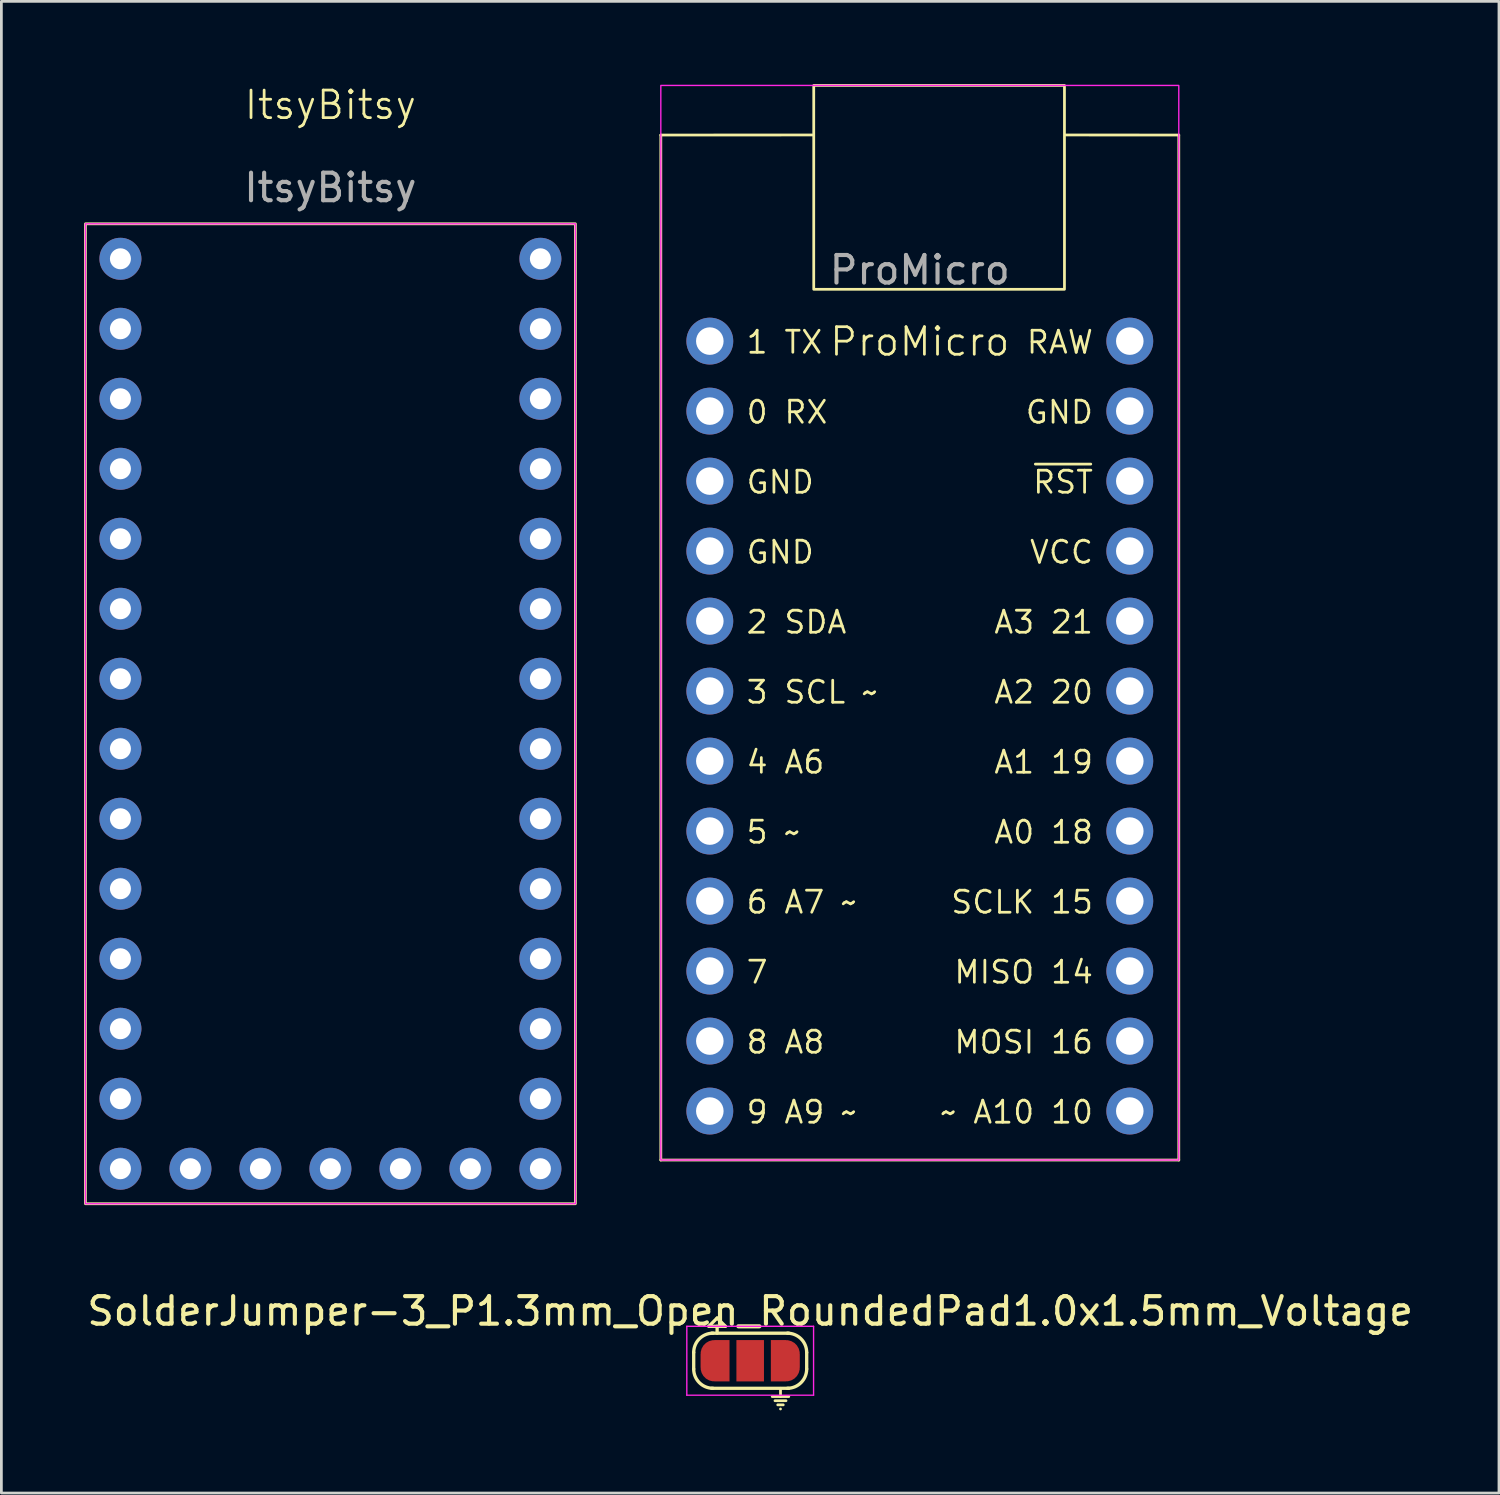
<source format=kicad_pcb>
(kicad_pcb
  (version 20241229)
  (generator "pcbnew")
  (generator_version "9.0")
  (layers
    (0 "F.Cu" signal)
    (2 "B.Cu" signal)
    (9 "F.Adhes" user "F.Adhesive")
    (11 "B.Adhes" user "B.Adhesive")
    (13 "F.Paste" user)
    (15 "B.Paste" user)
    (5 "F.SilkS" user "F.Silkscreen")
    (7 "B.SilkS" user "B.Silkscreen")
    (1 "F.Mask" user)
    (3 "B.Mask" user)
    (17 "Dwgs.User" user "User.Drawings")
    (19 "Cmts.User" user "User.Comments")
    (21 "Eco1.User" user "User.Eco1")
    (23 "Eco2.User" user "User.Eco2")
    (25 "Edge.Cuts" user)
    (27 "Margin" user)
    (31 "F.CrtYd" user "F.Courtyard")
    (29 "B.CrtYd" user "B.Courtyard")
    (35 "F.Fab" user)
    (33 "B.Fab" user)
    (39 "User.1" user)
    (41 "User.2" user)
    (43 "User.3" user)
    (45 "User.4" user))
  (footprint "ProMicro"
    (layer "F.Cu")
    (at 30.328 4.248)
    (property "Reference" "ProMicro" (at 0 5.1 0) (unlocked yes) (layer "F.SilkS") (effects (font (size 1 1) (thickness 0.1))))
    (attr through_hole)
    (fp_line (start -9.398 -2.398) (end -3.9 -2.4) (stroke (width 0.1) (type default)) (layer "F.SilkS"))
    (fp_line (start -9.398 34.798) (end -9.398 -2.398) (stroke (width 0.1) (type default)) (layer "F.SilkS"))
    (fp_line (start 9.398 -2.398) (end 5.3 -2.4) (stroke (width 0.1) (type default)) (layer "F.SilkS"))
    (fp_line (start 9.398 -2.398) (end 9.398 34.798) (stroke (width 0.1) (type default)) (layer "F.SilkS"))
    (fp_line (start 9.398 34.798) (end -9.398 34.798) (stroke (width 0.1) (type default)) (layer "F.SilkS"))
    (fp_rect (start -3.849 -4.198) (end 5.249 3.2) (stroke (width 0.1) (type default)) (fill no) (layer "F.SilkS"))
    (fp_rect (start -9.398 -4.198) (end 9.398 34.798) (stroke (width 0.05) (type default)) (fill no) (layer "F.CrtYd"))
    (fp_text user "GND" (at -6.35 10.668 0) (unlocked yes) (layer "F.SilkS") (effects (font (size 0.8 0.8) (thickness 0.1)) (justify left bottom)))
    (fp_text user "0 RX" (at -6.35 8.128 0) (unlocked yes) (layer "F.SilkS") (effects (font (size 0.8 0.8) (thickness 0.1)) (justify left bottom)))
    (fp_text user "VCC" (at 6.35 13.208 0) (unlocked yes) (layer "F.SilkS") (effects (font (size 0.8 0.8) (thickness 0.1)) (justify right bottom)))
    (fp_text user "GND" (at -6.35 13.208 0) (unlocked yes) (layer "F.SilkS") (effects (font (size 0.8 0.8) (thickness 0.1)) (justify left bottom)))
    (fp_text user "SCLK 15" (at 6.35 25.908 0) (unlocked yes) (layer "F.SilkS") (effects (font (size 0.8 0.8) (thickness 0.1)) (justify right bottom)))
    (fp_text user "2 SDA" (at -6.35 15.748 0) (unlocked yes) (layer "F.SilkS") (effects (font (size 0.8 0.8) (thickness 0.1)) (justify left bottom)))
    (fp_text user "A0 18" (at 6.35 23.368 0) (unlocked yes) (layer "F.SilkS") (effects (font (size 0.8 0.8) (thickness 0.1)) (justify right bottom)))
    (fp_text user "3 SCL ~" (at -6.35 18.288 0) (unlocked yes) (layer "F.SilkS") (effects (font (size 0.8 0.8) (thickness 0.1)) (justify left bottom)))
    (fp_text user "7" (at -6.35 28.448 0) (unlocked yes) (layer "F.SilkS") (effects (font (size 0.8 0.8) (thickness 0.1)) (justify left bottom)))
    (fp_text user "MISO 14" (at 6.35 28.448 0) (unlocked yes) (layer "F.SilkS") (effects (font (size 0.8 0.8) (thickness 0.1)) (justify right bottom)))
    (fp_text user "4 A6" (at -6.35 20.828 0) (unlocked yes) (layer "F.SilkS") (effects (font (size 0.8 0.8) (thickness 0.1)) (justify left bottom)))
    (fp_text user "GND" (at 6.35 8.128 0) (unlocked yes) (layer "F.SilkS") (effects (font (size 0.8 0.8) (thickness 0.1)) (justify right bottom)))
    (fp_text user "A2 20" (at 6.35 18.288 0) (unlocked yes) (layer "F.SilkS") (effects (font (size 0.8 0.8) (thickness 0.1)) (justify right bottom)))
    (fp_text user "5 ~" (at -6.35 23.368 0) (unlocked yes) (layer "F.SilkS") (effects (font (size 0.8 0.8) (thickness 0.1)) (justify left bottom)))
    (fp_text user "A3 21" (at 6.35 15.748 0) (unlocked yes) (layer "F.SilkS") (effects (font (size 0.8 0.8) (thickness 0.1)) (justify right bottom)))
    (fp_text user "6 A7 ~" (at -6.35 25.908 0) (unlocked yes) (layer "F.SilkS") (effects (font (size 0.8 0.8) (thickness 0.1)) (justify left bottom)))
    (fp_text user "8 A8" (at -6.35 30.988 0) (unlocked yes) (layer "F.SilkS") (effects (font (size 0.8 0.8) (thickness 0.1)) (justify left bottom)))
    (fp_text user "~ A10 10" (at 6.35 33.528 0) (unlocked yes) (layer "F.SilkS") (effects (font (size 0.8 0.8) (thickness 0.1)) (justify right bottom)))
    (fp_text user "MOSI 16" (at 6.35 30.988 0) (unlocked yes) (layer "F.SilkS") (effects (font (size 0.8 0.8) (thickness 0.1)) (justify right bottom)))
    (fp_text user "~{RST}" (at 6.35 10.668 0) (unlocked yes) (layer "F.SilkS") (effects (font (size 0.8 0.8) (thickness 0.1)) (justify right bottom)))
    (fp_text user "1 TX" (at -6.35 5.588 0) (unlocked yes) (layer "F.SilkS") (effects (font (size 0.8 0.8) (thickness 0.1)) (justify left bottom)))
    (fp_text user "RAW" (at 6.35 5.588 0) (unlocked yes) (layer "F.SilkS") (effects (font (size 0.8 0.8) (thickness 0.1)) (justify right bottom)))
    (fp_text user "A1 19" (at 6.35 20.828 0) (unlocked yes) (layer "F.SilkS") (effects (font (size 0.8 0.8) (thickness 0.1)) (justify right bottom)))
    (fp_text user "9 A9 ~" (at -6.35 33.528 0) (unlocked yes) (layer "F.SilkS") (effects (font (size 0.8 0.8) (thickness 0.1)) (justify left bottom)))
    (fp_text user "${REFERENCE}" (at 0 2.5 0) (unlocked yes) (layer "F.Fab") (effects (font (size 1 1) (thickness 0.15))))
    (pad "1" thru_hole circle (at -7.62 5.08) (size 1.7 1.7) (drill 1) (layers "*.Cu" "*.Mask"))
    (pad "2" thru_hole circle (at -7.62 7.62) (size 1.7 1.7) (drill 1) (layers "*.Cu" "*.Mask"))
    (pad "3" thru_hole circle (at -7.62 10.16) (size 1.7 1.7) (drill 1) (layers "*.Cu" "*.Mask"))
    (pad "4" thru_hole circle (at -7.62 12.7) (size 1.7 1.7) (drill 1) (layers "*.Cu" "*.Mask"))
    (pad "5" thru_hole circle (at -7.62 15.24) (size 1.7 1.7) (drill 1) (layers "*.Cu" "*.Mask"))
    (pad "6" thru_hole circle (at -7.62 17.78) (size 1.7 1.7) (drill 1) (layers "*.Cu" "*.Mask"))
    (pad "7" thru_hole circle (at -7.62 20.32) (size 1.7 1.7) (drill 1) (layers "*.Cu" "*.Mask"))
    (pad "8" thru_hole circle (at -7.62 22.86) (size 1.7 1.7) (drill 1) (layers "*.Cu" "*.Mask"))
    (pad "9" thru_hole circle (at -7.62 25.4) (size 1.7 1.7) (drill 1) (layers "*.Cu" "*.Mask"))
    (pad "10" thru_hole circle (at -7.62 27.94) (size 1.7 1.7) (drill 1) (layers "*.Cu" "*.Mask"))
    (pad "11" thru_hole circle (at -7.62 30.48) (size 1.7 1.7) (drill 1) (layers "*.Cu" "*.Mask"))
    (pad "12" thru_hole circle (at -7.62 33.02) (size 1.7 1.7) (drill 1) (layers "*.Cu" "*.Mask"))
    (pad "13" thru_hole circle (at 7.62 33.02) (size 1.7 1.7) (drill 1) (layers "*.Cu" "*.Mask"))
    (pad "14" thru_hole circle (at 7.62 30.48) (size 1.7 1.7) (drill 1) (layers "*.Cu" "*.Mask"))
    (pad "15" thru_hole circle (at 7.62 27.94) (size 1.7 1.7) (drill 1) (layers "*.Cu" "*.Mask"))
    (pad "16" thru_hole circle (at 7.62 25.4) (size 1.7 1.7) (drill 1) (layers "*.Cu" "*.Mask"))
    (pad "17" thru_hole circle (at 7.62 22.86) (size 1.7 1.7) (drill 1) (layers "*.Cu" "*.Mask"))
    (pad "18" thru_hole circle (at 7.62 20.32) (size 1.7 1.7) (drill 1) (layers "*.Cu" "*.Mask"))
    (pad "19" thru_hole circle (at 7.62 17.78) (size 1.7 1.7) (drill 1) (layers "*.Cu" "*.Mask"))
    (pad "20" thru_hole circle (at 7.62 15.24) (size 1.7 1.7) (drill 1) (layers "*.Cu" "*.Mask"))
    (pad "21" thru_hole circle (at 7.62 12.7) (size 1.7 1.7) (drill 1) (layers "*.Cu" "*.Mask"))
    (pad "22" thru_hole circle (at 7.62 10.16) (size 1.7 1.7) (drill 1) (layers "*.Cu" "*.Mask"))
    (pad "23" thru_hole circle (at 7.62 7.62) (size 1.7 1.7) (drill 1) (layers "*.Cu" "*.Mask"))
    (pad "24" thru_hole circle (at 7.62 5.08) (size 1.7 1.7) (drill 1) (layers "*.Cu" "*.Mask")))
  (footprint "ItsyBitsy"
    (layer "F.Cu")
    (at 8.94 21.581)
    (property "Reference" "ItsyBitsy" (at 0 -20.82 0) (unlocked yes) (layer "F.SilkS") (effects (font (size 1 1) (thickness 0.1))))
    (attr through_hole)
    (fp_rect (start -8.89 -16.51) (end 8.89 19.05) (stroke (width 0.1) (type default)) (fill no) (layer "F.SilkS"))
    (fp_rect (start -8.89 -16.51) (end 8.89 19.05) (stroke (width 0.05) (type default)) (fill no) (layer "F.CrtYd"))
    (fp_text user "${REFERENCE}" (at 0 -17.82 0) (unlocked yes) (layer "F.Fab") (effects (font (size 1 1) (thickness 0.15))))
    (pad "1" thru_hole circle (at -7.62 -15.24) (size 1.524 1.524) (drill 0.762) (layers "*.Cu" "*.Mask"))
    (pad "2" thru_hole circle (at -7.62 -12.7) (size 1.524 1.524) (drill 0.762) (layers "*.Cu" "*.Mask"))
    (pad "3" thru_hole circle (at -7.62 -10.16) (size 1.524 1.524) (drill 0.762) (layers "*.Cu" "*.Mask"))
    (pad "4" thru_hole circle (at -7.62 -7.62) (size 1.524 1.524) (drill 0.762) (layers "*.Cu" "*.Mask"))
    (pad "5" thru_hole circle (at -7.62 -5.08) (size 1.524 1.524) (drill 0.762) (layers "*.Cu" "*.Mask"))
    (pad "6" thru_hole circle (at -7.62 -2.54) (size 1.524 1.524) (drill 0.762) (layers "*.Cu" "*.Mask"))
    (pad "7" thru_hole circle (at -7.62 0) (size 1.524 1.524) (drill 0.762) (layers "*.Cu" "*.Mask"))
    (pad "8" thru_hole circle (at -7.62 2.54) (size 1.524 1.524) (drill 0.762) (layers "*.Cu" "*.Mask"))
    (pad "9" thru_hole circle (at -7.62 5.08) (size 1.524 1.524) (drill 0.762) (layers "*.Cu" "*.Mask"))
    (pad "10" thru_hole circle (at -7.62 7.62) (size 1.524 1.524) (drill 0.762) (layers "*.Cu" "*.Mask"))
    (pad "11" thru_hole circle (at -7.62 10.16) (size 1.524 1.524) (drill 0.762) (layers "*.Cu" "*.Mask"))
    (pad "12" thru_hole circle (at -7.62 12.7) (size 1.524 1.524) (drill 0.762) (layers "*.Cu" "*.Mask"))
    (pad "13" thru_hole circle (at -7.62 15.24) (size 1.524 1.524) (drill 0.762) (layers "*.Cu" "*.Mask"))
    (pad "14" thru_hole circle (at -7.62 17.78) (size 1.524 1.524) (drill 0.762) (layers "*.Cu" "*.Mask"))
    (pad "15" thru_hole circle (at -5.08 17.78) (size 1.524 1.524) (drill 0.762) (layers "*.Cu" "*.Mask"))
    (pad "16" thru_hole circle (at -2.54 17.78) (size 1.524 1.524) (drill 0.762) (layers "*.Cu" "*.Mask"))
    (pad "17" thru_hole circle (at 0 17.78) (size 1.524 1.524) (drill 0.762) (layers "*.Cu" "*.Mask"))
    (pad "18" thru_hole circle (at 2.54 17.78) (size 1.524 1.524) (drill 0.762) (layers "*.Cu" "*.Mask"))
    (pad "19" thru_hole circle (at 5.08 17.78) (size 1.524 1.524) (drill 0.762) (layers "*.Cu" "*.Mask"))
    (pad "20" thru_hole circle (at 7.62 17.78) (size 1.524 1.524) (drill 0.762) (layers "*.Cu" "*.Mask"))
    (pad "21" thru_hole circle (at 7.62 15.24) (size 1.524 1.524) (drill 0.762) (layers "*.Cu" "*.Mask"))
    (pad "22" thru_hole circle (at 7.62 12.7) (size 1.524 1.524) (drill 0.762) (layers "*.Cu" "*.Mask"))
    (pad "23" thru_hole circle (at 7.62 10.16) (size 1.524 1.524) (drill 0.762) (layers "*.Cu" "*.Mask"))
    (pad "24" thru_hole circle (at 7.62 7.62) (size 1.524 1.524) (drill 0.762) (layers "*.Cu" "*.Mask"))
    (pad "25" thru_hole circle (at 7.62 5.08) (size 1.524 1.524) (drill 0.762) (layers "*.Cu" "*.Mask"))
    (pad "26" thru_hole circle (at 7.62 2.54) (size 1.524 1.524) (drill 0.762) (layers "*.Cu" "*.Mask"))
    (pad "27" thru_hole circle (at 7.62 0) (size 1.524 1.524) (drill 0.762) (layers "*.Cu" "*.Mask"))
    (pad "28" thru_hole circle (at 7.62 -2.54) (size 1.524 1.524) (drill 0.762) (layers "*.Cu" "*.Mask"))
    (pad "29" thru_hole circle (at 7.62 -5.08) (size 1.524 1.524) (drill 0.762) (layers "*.Cu" "*.Mask"))
    (pad "30" thru_hole circle (at 7.62 -7.62) (size 1.524 1.524) (drill 0.762) (layers "*.Cu" "*.Mask"))
    (pad "31" thru_hole circle (at 7.62 -10.16) (size 1.524 1.524) (drill 0.762) (layers "*.Cu" "*.Mask"))
    (pad "32" thru_hole circle (at 7.62 -12.7) (size 1.524 1.524) (drill 0.762) (layers "*.Cu" "*.Mask"))
    (pad "33" thru_hole circle (at 7.62 -15.24) (size 1.524 1.524) (drill 0.762) (layers "*.Cu" "*.Mask")))
  (footprint "SolderJumper-3_P1.3mm_Open_RoundedPad1.0x1.5mm_Voltage"
    (layer "F.Cu")
    (at 24.173 46.329)
    (property "Reference" "SolderJumper-3_P1.3mm_Open_RoundedPad1.0x1.5mm_Voltage" (at 0 -1.8 0) (layer "F.SilkS") (effects (font (size 1 1) (thickness 0.15))))
    (attr exclude_from_pos_files exclude_from_bom)
    (fp_line (start -2.05 0.3) (end -2.05 -0.3) (stroke (width 0.12) (type solid)) (layer "F.SilkS"))
    (fp_line (start -1.5 -1.25) (end -0.9 -1.25) (stroke (width 0.12) (type solid)) (layer "F.SilkS"))
    (fp_line (start -1.4 -1) (end 1.4 -1) (stroke (width 0.12) (type solid)) (layer "F.SilkS"))
    (fp_line (start -1.2 -1.55) (end -1.5 -1.25) (stroke (width 0.12) (type solid)) (layer "F.SilkS"))
    (fp_line (start -1.2 -1.55) (end -0.9 -1.25) (stroke (width 0.12) (type solid)) (layer "F.SilkS"))
    (fp_line (start -1.2 -1) (end -1.2 -1.25) (stroke (width 0.12) (type solid)) (layer "F.SilkS"))
    (fp_line (start 1.1 1) (end 1.1 1.3) (stroke (width 0.1) (type solid)) (layer "F.SilkS"))
    (fp_line (start 1.1 1.75) (end 1.1 1.75) (stroke (width 0.1) (type solid)) (layer "F.SilkS"))
    (fp_line (start 1.2 1.6) (end 1 1.6) (stroke (width 0.1) (type solid)) (layer "F.SilkS"))
    (fp_line (start 1.3 1.45) (end 0.9 1.45) (stroke (width 0.1) (type solid)) (layer "F.SilkS"))
    (fp_line (start 1.4 1) (end -1.4 1) (stroke (width 0.12) (type solid)) (layer "F.SilkS"))
    (fp_line (start 1.4 1.3) (end 0.8 1.3) (stroke (width 0.1) (type solid)) (layer "F.SilkS"))
    (fp_line (start 2.05 -0.3) (end 2.05 0.3) (stroke (width 0.12) (type solid)) (layer "F.SilkS"))
    (fp_arc (start -2.05 -0.3) (mid -1.844975 -0.794975) (end -1.35 -1) (stroke (width 0.12) (type solid)) (layer "F.SilkS"))
    (fp_arc (start -1.35 1) (mid -1.844975 0.794975) (end -2.05 0.3) (stroke (width 0.12) (type solid)) (layer "F.SilkS"))
    (fp_arc (start 1.35 -1) (mid 1.844975 -0.794975) (end 2.05 -0.3) (stroke (width 0.12) (type solid)) (layer "F.SilkS"))
    (fp_arc (start 2.05 0.3) (mid 1.844975 0.794975) (end 1.35 1) (stroke (width 0.12) (type solid)) (layer "F.SilkS"))
    (fp_line (start -2.3 -1.25) (end -2.3 1.25) (stroke (width 0.05) (type solid)) (layer "F.CrtYd"))
    (fp_line (start -2.3 -1.25) (end 2.3 -1.25) (stroke (width 0.05) (type solid)) (layer "F.CrtYd"))
    (fp_line (start 2.3 1.25) (end -2.3 1.25) (stroke (width 0.05) (type solid)) (layer "F.CrtYd"))
    (fp_line (start 2.3 1.25) (end 2.3 -1.25) (stroke (width 0.05) (type solid)) (layer "F.CrtYd"))
    (pad "1" smd custom (at -1.3 0) (size 1 0.5) (layers "F.Cu" "F.Mask") (options (anchor rect)) (primitives (gr_circle (center 0 0.25) (end 0.5 0.25) (width 0) (fill yes)) (gr_circle (center 0 -0.25) (end 0.5 -0.25) (width 0) (fill yes)) (gr_poly (pts (xy 0.55 0.75) (xy 0 0.75) (xy 0 -0.75) (xy 0.55 -0.75)) (width 0) (fill yes))))
    (pad "2" smd rect (at 0 0) (size 1 1.5) (layers "F.Cu" "F.Mask"))
    (pad "3" smd custom (at 1.3 0) (size 1 0.5) (layers "F.Cu" "F.Mask") (options (anchor rect)) (primitives (gr_circle (center 0 0.25) (end 0.5 0.25) (width 0) (fill yes)) (gr_circle (center 0 -0.25) (end 0.5 -0.25) (width 0) (fill yes)) (gr_poly (pts (xy 0 0.75) (xy -0.55 0.75) (xy -0.55 -0.75) (xy 0 -0.75)) (width 0) (fill yes)))))
  (gr_rect
    (start -3 -3)
    (end 51.345 51.129)
    (stroke (width 0.1) (type default))
    (fill no)
    (layer "Edge.Cuts")))
</source>
